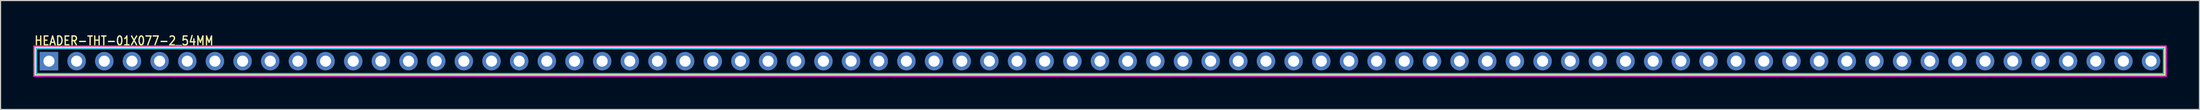
<source format=kicad_pcb>
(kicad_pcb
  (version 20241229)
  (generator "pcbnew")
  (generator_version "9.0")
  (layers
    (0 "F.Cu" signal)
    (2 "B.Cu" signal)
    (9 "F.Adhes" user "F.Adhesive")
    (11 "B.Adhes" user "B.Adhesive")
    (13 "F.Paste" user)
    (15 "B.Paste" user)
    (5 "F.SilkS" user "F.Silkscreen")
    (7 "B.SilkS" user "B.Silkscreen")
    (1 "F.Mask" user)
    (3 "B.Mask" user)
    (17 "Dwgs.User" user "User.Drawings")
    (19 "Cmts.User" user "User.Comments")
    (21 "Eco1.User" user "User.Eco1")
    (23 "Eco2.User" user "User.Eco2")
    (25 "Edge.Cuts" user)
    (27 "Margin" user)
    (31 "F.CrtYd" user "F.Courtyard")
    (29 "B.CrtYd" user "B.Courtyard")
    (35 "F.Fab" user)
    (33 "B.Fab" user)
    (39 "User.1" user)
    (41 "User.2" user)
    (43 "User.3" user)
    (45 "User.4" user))
  (footprint "HEADER-THT-01X077-2_54MM"
    (layer "F.Cu")
    (at 1.447 2.579)
    (property "Reference" "HEADER-THT-01X077-2_54MM" (at -1.4 -1.4 0) (unlocked yes) (layer "F.SilkS") (effects (font (size 0.813 0.695) (thickness 0.122)) (justify left bottom)))
    (fp_line (start -1.27 -1.27) (end -1.27 1.27) (stroke (width 0.127) (type solid)) (layer "F.SilkS"))
    (fp_line (start -1.27 1.27) (end 194.31 1.27) (stroke (width 0.127) (type solid)) (layer "F.SilkS"))
    (fp_line (start 194.31 -1.27) (end -1.27 -1.27) (stroke (width 0.127) (type solid)) (layer "F.SilkS"))
    (fp_line (start 194.31 1.27) (end 194.31 -1.27) (stroke (width 0.127) (type solid)) (layer "F.SilkS"))
    (fp_poly (pts (xy -1.143 -1.143) (xy 194.183 -1.143) (xy 194.183 1.143) (xy -1.143 1.143)) (stroke (width 0.1) (type solid)) (fill no) (layer "B.CrtYd"))
    (fp_poly (pts (xy -1.397 -1.397) (xy 194.437 -1.397) (xy 194.437 1.397) (xy -1.397 1.397)) (stroke (width 0.1) (type solid)) (fill no) (layer "F.CrtYd"))
    (pad "1" thru_hole rect (at 0 0) (size 1.693 1.693) (drill 1.016) (layers "*.Cu" "*.Mask"))
    (pad "2" thru_hole oval (at 2.54 0) (size 1.693 1.693) (drill 1.016) (layers "*.Cu" "*.Mask"))
    (pad "3" thru_hole oval (at 5.08 0) (size 1.693 1.693) (drill 1.016) (layers "*.Cu" "*.Mask"))
    (pad "4" thru_hole oval (at 7.62 0) (size 1.693 1.693) (drill 1.016) (layers "*.Cu" "*.Mask"))
    (pad "5" thru_hole oval (at 10.16 0) (size 1.693 1.693) (drill 1.016) (layers "*.Cu" "*.Mask"))
    (pad "6" thru_hole oval (at 12.7 0) (size 1.693 1.693) (drill 1.016) (layers "*.Cu" "*.Mask"))
    (pad "7" thru_hole oval (at 15.24 0) (size 1.693 1.693) (drill 1.016) (layers "*.Cu" "*.Mask"))
    (pad "8" thru_hole oval (at 17.78 0) (size 1.693 1.693) (drill 1.016) (layers "*.Cu" "*.Mask"))
    (pad "9" thru_hole oval (at 20.32 0) (size 1.693 1.693) (drill 1.016) (layers "*.Cu" "*.Mask"))
    (pad "10" thru_hole oval (at 22.86 0) (size 1.693 1.693) (drill 1.016) (layers "*.Cu" "*.Mask"))
    (pad "11" thru_hole oval (at 25.4 0) (size 1.693 1.693) (drill 1.016) (layers "*.Cu" "*.Mask"))
    (pad "12" thru_hole oval (at 27.94 0) (size 1.693 1.693) (drill 1.016) (layers "*.Cu" "*.Mask"))
    (pad "13" thru_hole oval (at 30.48 0) (size 1.693 1.693) (drill 1.016) (layers "*.Cu" "*.Mask"))
    (pad "14" thru_hole oval (at 33.02 0) (size 1.693 1.693) (drill 1.016) (layers "*.Cu" "*.Mask"))
    (pad "15" thru_hole oval (at 35.56 0) (size 1.693 1.693) (drill 1.016) (layers "*.Cu" "*.Mask"))
    (pad "16" thru_hole oval (at 38.1 0) (size 1.693 1.693) (drill 1.016) (layers "*.Cu" "*.Mask"))
    (pad "17" thru_hole oval (at 40.64 0) (size 1.693 1.693) (drill 1.016) (layers "*.Cu" "*.Mask"))
    (pad "18" thru_hole oval (at 43.18 0) (size 1.693 1.693) (drill 1.016) (layers "*.Cu" "*.Mask"))
    (pad "19" thru_hole oval (at 45.72 0) (size 1.693 1.693) (drill 1.016) (layers "*.Cu" "*.Mask"))
    (pad "20" thru_hole oval (at 48.26 0) (size 1.693 1.693) (drill 1.016) (layers "*.Cu" "*.Mask"))
    (pad "21" thru_hole oval (at 50.8 0) (size 1.693 1.693) (drill 1.016) (layers "*.Cu" "*.Mask"))
    (pad "22" thru_hole oval (at 53.34 0) (size 1.693 1.693) (drill 1.016) (layers "*.Cu" "*.Mask"))
    (pad "23" thru_hole oval (at 55.88 0) (size 1.693 1.693) (drill 1.016) (layers "*.Cu" "*.Mask"))
    (pad "24" thru_hole oval (at 58.42 0) (size 1.693 1.693) (drill 1.016) (layers "*.Cu" "*.Mask"))
    (pad "25" thru_hole oval (at 60.96 0) (size 1.693 1.693) (drill 1.016) (layers "*.Cu" "*.Mask"))
    (pad "26" thru_hole oval (at 63.5 0) (size 1.693 1.693) (drill 1.016) (layers "*.Cu" "*.Mask"))
    (pad "27" thru_hole oval (at 66.04 0) (size 1.693 1.693) (drill 1.016) (layers "*.Cu" "*.Mask"))
    (pad "28" thru_hole oval (at 68.58 0) (size 1.693 1.693) (drill 1.016) (layers "*.Cu" "*.Mask"))
    (pad "29" thru_hole oval (at 71.12 0) (size 1.693 1.693) (drill 1.016) (layers "*.Cu" "*.Mask"))
    (pad "30" thru_hole oval (at 73.66 0) (size 1.693 1.693) (drill 1.016) (layers "*.Cu" "*.Mask"))
    (pad "31" thru_hole oval (at 76.2 0) (size 1.693 1.693) (drill 1.016) (layers "*.Cu" "*.Mask"))
    (pad "32" thru_hole oval (at 78.74 0) (size 1.693 1.693) (drill 1.016) (layers "*.Cu" "*.Mask"))
    (pad "33" thru_hole oval (at 81.28 0) (size 1.693 1.693) (drill 1.016) (layers "*.Cu" "*.Mask"))
    (pad "34" thru_hole oval (at 83.82 0) (size 1.693 1.693) (drill 1.016) (layers "*.Cu" "*.Mask"))
    (pad "35" thru_hole oval (at 86.36 0) (size 1.693 1.693) (drill 1.016) (layers "*.Cu" "*.Mask"))
    (pad "36" thru_hole oval (at 88.9 0) (size 1.693 1.693) (drill 1.016) (layers "*.Cu" "*.Mask"))
    (pad "37" thru_hole oval (at 91.44 0) (size 1.693 1.693) (drill 1.016) (layers "*.Cu" "*.Mask"))
    (pad "38" thru_hole oval (at 93.98 0) (size 1.693 1.693) (drill 1.016) (layers "*.Cu" "*.Mask"))
    (pad "39" thru_hole oval (at 96.52 0) (size 1.693 1.693) (drill 1.016) (layers "*.Cu" "*.Mask"))
    (pad "40" thru_hole oval (at 99.06 0) (size 1.693 1.693) (drill 1.016) (layers "*.Cu" "*.Mask"))
    (pad "41" thru_hole oval (at 101.6 0) (size 1.693 1.693) (drill 1.016) (layers "*.Cu" "*.Mask"))
    (pad "42" thru_hole oval (at 104.14 0) (size 1.693 1.693) (drill 1.016) (layers "*.Cu" "*.Mask"))
    (pad "43" thru_hole oval (at 106.68 0) (size 1.693 1.693) (drill 1.016) (layers "*.Cu" "*.Mask"))
    (pad "44" thru_hole oval (at 109.22 0) (size 1.693 1.693) (drill 1.016) (layers "*.Cu" "*.Mask"))
    (pad "45" thru_hole oval (at 111.76 0) (size 1.693 1.693) (drill 1.016) (layers "*.Cu" "*.Mask"))
    (pad "46" thru_hole oval (at 114.3 0) (size 1.693 1.693) (drill 1.016) (layers "*.Cu" "*.Mask"))
    (pad "47" thru_hole oval (at 116.84 0) (size 1.693 1.693) (drill 1.016) (layers "*.Cu" "*.Mask"))
    (pad "48" thru_hole oval (at 119.38 0) (size 1.693 1.693) (drill 1.016) (layers "*.Cu" "*.Mask"))
    (pad "49" thru_hole oval (at 121.92 0) (size 1.693 1.693) (drill 1.016) (layers "*.Cu" "*.Mask"))
    (pad "50" thru_hole oval (at 124.46 0) (size 1.693 1.693) (drill 1.016) (layers "*.Cu" "*.Mask"))
    (pad "51" thru_hole oval (at 127 0) (size 1.693 1.693) (drill 1.016) (layers "*.Cu" "*.Mask"))
    (pad "52" thru_hole oval (at 129.54 0) (size 1.693 1.693) (drill 1.016) (layers "*.Cu" "*.Mask"))
    (pad "53" thru_hole oval (at 132.08 0) (size 1.693 1.693) (drill 1.016) (layers "*.Cu" "*.Mask"))
    (pad "54" thru_hole oval (at 134.62 0) (size 1.693 1.693) (drill 1.016) (layers "*.Cu" "*.Mask"))
    (pad "55" thru_hole oval (at 137.16 0) (size 1.693 1.693) (drill 1.016) (layers "*.Cu" "*.Mask"))
    (pad "56" thru_hole oval (at 139.7 0) (size 1.693 1.693) (drill 1.016) (layers "*.Cu" "*.Mask"))
    (pad "57" thru_hole oval (at 142.24 0) (size 1.693 1.693) (drill 1.016) (layers "*.Cu" "*.Mask"))
    (pad "58" thru_hole oval (at 144.78 0) (size 1.693 1.693) (drill 1.016) (layers "*.Cu" "*.Mask"))
    (pad "59" thru_hole oval (at 147.32 0) (size 1.693 1.693) (drill 1.016) (layers "*.Cu" "*.Mask"))
    (pad "60" thru_hole oval (at 149.86 0) (size 1.693 1.693) (drill 1.016) (layers "*.Cu" "*.Mask"))
    (pad "61" thru_hole oval (at 152.4 0) (size 1.693 1.693) (drill 1.016) (layers "*.Cu" "*.Mask"))
    (pad "62" thru_hole oval (at 154.94 0) (size 1.693 1.693) (drill 1.016) (layers "*.Cu" "*.Mask"))
    (pad "63" thru_hole oval (at 157.48 0) (size 1.693 1.693) (drill 1.016) (layers "*.Cu" "*.Mask"))
    (pad "64" thru_hole oval (at 160.02 0) (size 1.693 1.693) (drill 1.016) (layers "*.Cu" "*.Mask"))
    (pad "65" thru_hole oval (at 162.56 0) (size 1.693 1.693) (drill 1.016) (layers "*.Cu" "*.Mask"))
    (pad "66" thru_hole oval (at 165.1 0) (size 1.693 1.693) (drill 1.016) (layers "*.Cu" "*.Mask"))
    (pad "67" thru_hole oval (at 167.64 0) (size 1.693 1.693) (drill 1.016) (layers "*.Cu" "*.Mask"))
    (pad "68" thru_hole oval (at 170.18 0) (size 1.693 1.693) (drill 1.016) (layers "*.Cu" "*.Mask"))
    (pad "69" thru_hole oval (at 172.72 0) (size 1.693 1.693) (drill 1.016) (layers "*.Cu" "*.Mask"))
    (pad "70" thru_hole oval (at 175.26 0) (size 1.693 1.693) (drill 1.016) (layers "*.Cu" "*.Mask"))
    (pad "71" thru_hole oval (at 177.8 0) (size 1.693 1.693) (drill 1.016) (layers "*.Cu" "*.Mask"))
    (pad "72" thru_hole oval (at 180.34 0) (size 1.693 1.693) (drill 1.016) (layers "*.Cu" "*.Mask"))
    (pad "73" thru_hole oval (at 182.88 0) (size 1.693 1.693) (drill 1.016) (layers "*.Cu" "*.Mask"))
    (pad "74" thru_hole oval (at 185.42 0) (size 1.693 1.693) (drill 1.016) (layers "*.Cu" "*.Mask"))
    (pad "75" thru_hole oval (at 187.96 0) (size 1.693 1.693) (drill 1.016) (layers "*.Cu" "*.Mask"))
    (pad "76" thru_hole oval (at 190.5 0) (size 1.693 1.693) (drill 1.016) (layers "*.Cu" "*.Mask"))
    (pad "77" thru_hole oval (at 193.04 0) (size 1.693 1.693) (drill 1.016) (layers "*.Cu" "*.Mask")))
  (gr_rect
    (start -3 -3)
    (end 198.934 7.026)
    (stroke (width 0.1) (type default))
    (fill no)
    (layer "Edge.Cuts")))
</source>
